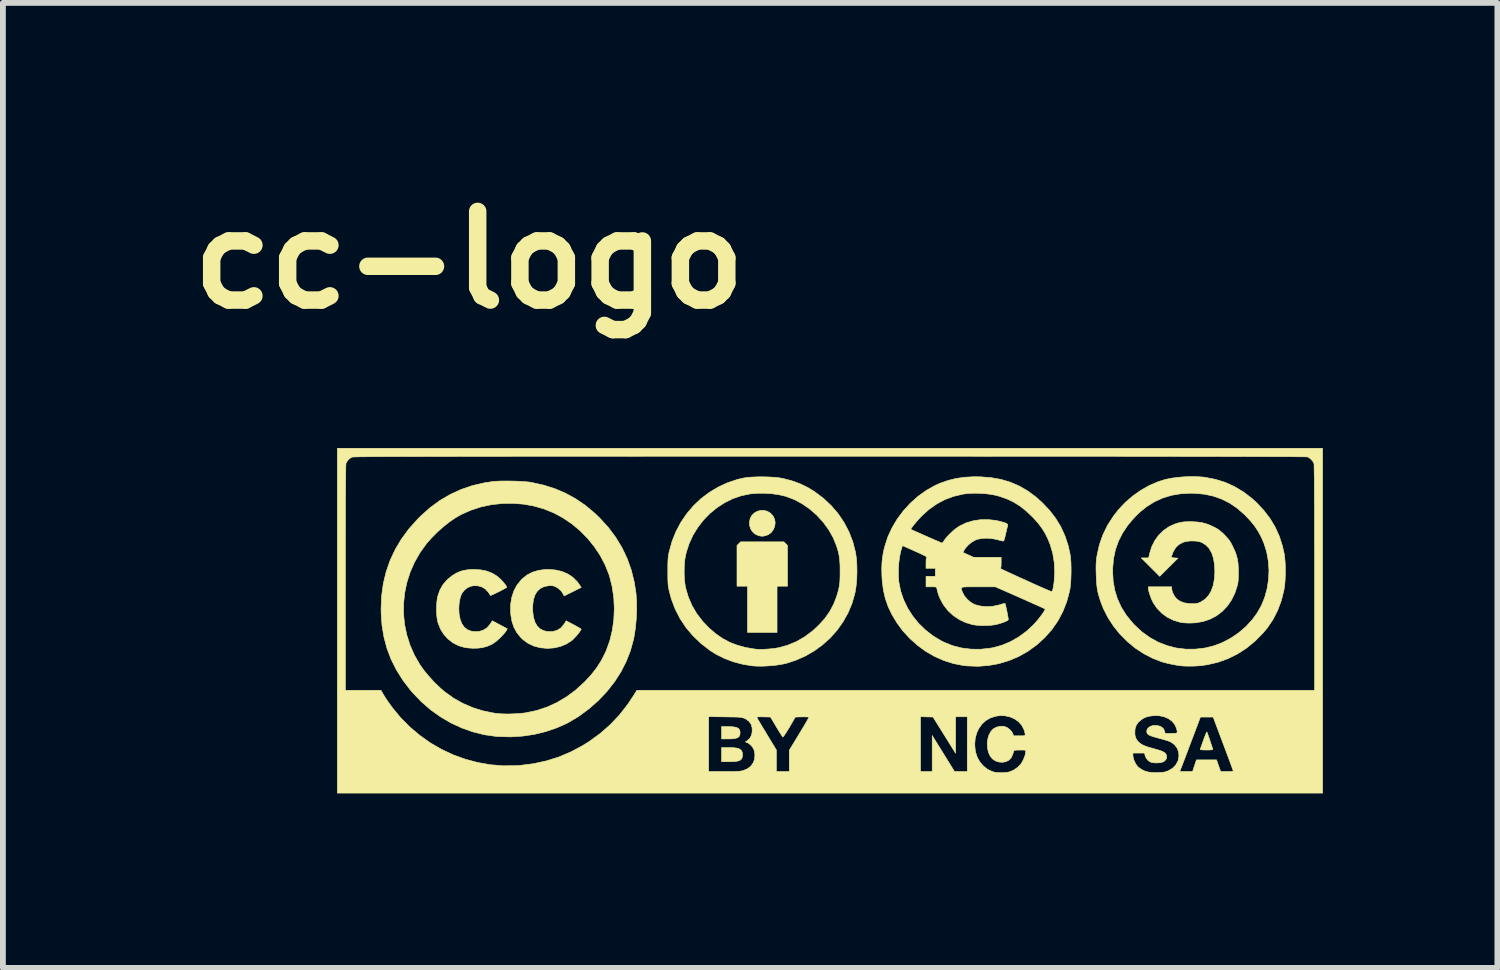
<source format=kicad_pcb>
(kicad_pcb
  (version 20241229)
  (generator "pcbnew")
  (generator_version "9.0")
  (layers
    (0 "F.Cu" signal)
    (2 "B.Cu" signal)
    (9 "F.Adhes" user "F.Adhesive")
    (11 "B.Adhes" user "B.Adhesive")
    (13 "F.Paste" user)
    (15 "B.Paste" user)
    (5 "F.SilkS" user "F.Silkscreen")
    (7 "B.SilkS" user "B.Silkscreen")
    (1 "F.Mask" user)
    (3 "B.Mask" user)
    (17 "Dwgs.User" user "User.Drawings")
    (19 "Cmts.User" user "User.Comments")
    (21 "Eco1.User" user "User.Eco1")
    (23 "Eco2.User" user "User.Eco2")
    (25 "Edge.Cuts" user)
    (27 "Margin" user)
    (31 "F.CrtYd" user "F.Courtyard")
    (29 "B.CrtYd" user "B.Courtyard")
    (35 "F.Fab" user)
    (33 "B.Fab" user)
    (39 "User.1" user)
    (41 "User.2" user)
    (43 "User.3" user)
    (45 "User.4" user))
  (footprint "cc-logo"
    (layer "F.Cu")
    (at 11.215 7.618)
    (property "Reference" "cc-logo" (at -6.2 -6.2 0) (layer "F.SilkS") (effects (font (size 1.524 1.524) (thickness 0.3))))
    (attr through_hole)
    (fp_poly (pts (xy -0.73 -1.293) (xy -0.73 -0.593) (xy -0.91 -0.593) (xy -0.91 0.201) (xy -1.418 0.201) (xy -1.418 -0.593) (xy -1.598 -0.593) (xy -1.598 -1.293) (xy -1.536 -1.355) (xy -0.792 -1.355) (xy -0.73 -1.293)) (stroke (width 0.01) (type solid)) (fill yes) (layer "F.SilkS"))
    (fp_poly (pts (xy -1.678 1.823) (xy -1.622 1.831) (xy -1.584 1.845) (xy -1.559 1.867) (xy -1.547 1.898) (xy -1.545 1.926) (xy -1.549 1.964) (xy -1.564 1.993) (xy -1.591 2.012) (xy -1.632 2.025) (xy -1.69 2.031) (xy -1.746 2.032) (xy -1.863 2.032) (xy -1.863 1.82) (xy -1.751 1.82) (xy -1.678 1.823)) (stroke (width 0.01) (type solid)) (fill yes) (layer "F.SilkS"))
    (fp_poly (pts (xy -1.733 2.18) (xy -1.655 2.183) (xy -1.595 2.191) (xy -1.552 2.206) (xy -1.524 2.229) (xy -1.508 2.26) (xy -1.503 2.302) (xy -1.503 2.304) (xy -1.507 2.345) (xy -1.519 2.375) (xy -1.543 2.397) (xy -1.581 2.412) (xy -1.634 2.42) (xy -1.705 2.423) (xy -1.729 2.424) (xy -1.863 2.424) (xy -1.863 2.18) (xy -1.733 2.18)) (stroke (width 0.01) (type solid)) (fill yes) (layer "F.SilkS"))
    (fp_poly (pts (xy -1.078 -1.881) (xy -1.026 -1.851) (xy -0.981 -1.804) (xy -0.977 -1.798) (xy -0.95 -1.74) (xy -0.942 -1.679) (xy -0.951 -1.619) (xy -0.975 -1.562) (xy -1.012 -1.514) (xy -1.062 -1.478) (xy -1.106 -1.462) (xy -1.146 -1.453) (xy -1.178 -1.452) (xy -1.214 -1.459) (xy -1.229 -1.462) (xy -1.285 -1.488) (xy -1.331 -1.529) (xy -1.365 -1.582) (xy -1.383 -1.644) (xy -1.384 -1.698) (xy -1.37 -1.761) (xy -1.34 -1.813) (xy -1.298 -1.853) (xy -1.248 -1.881) (xy -1.192 -1.895) (xy -1.134 -1.896) (xy -1.078 -1.881)) (stroke (width 0.01) (type solid)) (fill yes) (layer "F.SilkS"))
    (fp_poly (pts (xy 6.484 1.926) (xy 6.494 1.954) (xy 6.509 1.995) (xy 6.526 2.044) (xy 6.53 2.058) (xy 6.547 2.11) (xy 6.562 2.155) (xy 6.573 2.188) (xy 6.58 2.207) (xy 6.58 2.209) (xy 6.577 2.215) (xy 6.561 2.219) (xy 6.53 2.222) (xy 6.48 2.222) (xy 6.472 2.223) (xy 6.426 2.222) (xy 6.39 2.22) (xy 6.368 2.217) (xy 6.362 2.214) (xy 6.367 2.201) (xy 6.377 2.173) (xy 6.392 2.131) (xy 6.409 2.081) (xy 6.419 2.055) (xy 6.437 2.004) (xy 6.454 1.961) (xy 6.467 1.93) (xy 6.476 1.914) (xy 6.478 1.913) (xy 6.484 1.926)) (stroke (width 0.01) (type solid)) (fill yes) (layer "F.SilkS"))
    (fp_poly (pts (xy -4.722 -0.872) (xy -4.609 -0.847) (xy -4.508 -0.804) (xy -4.42 -0.746) (xy -4.345 -0.671) (xy -4.32 -0.637) (xy -4.275 -0.572) (xy -4.569 -0.425) (xy -4.581 -0.451) (xy -4.621 -0.513) (xy -4.676 -0.561) (xy -4.706 -0.578) (xy -4.741 -0.594) (xy -4.772 -0.601) (xy -4.808 -0.602) (xy -4.834 -0.601) (xy -4.913 -0.586) (xy -4.978 -0.555) (xy -5.031 -0.507) (xy -5.07 -0.443) (xy -5.096 -0.363) (xy -5.109 -0.267) (xy -5.109 -0.159) (xy -5.096 -0.059) (xy -5.071 0.024) (xy -5.033 0.091) (xy -4.983 0.14) (xy -4.92 0.172) (xy -4.846 0.188) (xy -4.764 0.186) (xy -4.691 0.166) (xy -4.629 0.128) (xy -4.578 0.071) (xy -4.569 0.058) (xy -4.534 0.002) (xy -4.405 0.07) (xy -4.358 0.096) (xy -4.319 0.118) (xy -4.291 0.135) (xy -4.277 0.145) (xy -4.276 0.146) (xy -4.283 0.162) (xy -4.301 0.189) (xy -4.327 0.223) (xy -4.358 0.26) (xy -4.39 0.295) (xy -4.419 0.324) (xy -4.437 0.34) (xy -4.528 0.399) (xy -4.631 0.442) (xy -4.742 0.468) (xy -4.859 0.476) (xy -4.979 0.465) (xy -4.979 0.465) (xy -5.089 0.436) (xy -5.189 0.389) (xy -5.279 0.323) (xy -5.323 0.279) (xy -5.386 0.199) (xy -5.433 0.111) (xy -5.466 0.012) (xy -5.485 -0.1) (xy -5.489 -0.142) (xy -5.489 -0.275) (xy -5.47 -0.397) (xy -5.434 -0.509) (xy -5.38 -0.611) (xy -5.307 -0.701) (xy -5.292 -0.717) (xy -5.209 -0.784) (xy -5.114 -0.833) (xy -5.009 -0.865) (xy -4.891 -0.88) (xy -4.847 -0.881) (xy -4.722 -0.872)) (stroke (width 0.01) (type solid)) (fill yes) (layer "F.SilkS"))
    (fp_poly (pts (xy -6.007 -0.874) (xy -5.9 -0.853) (xy -5.804 -0.816) (xy -5.719 -0.763) (xy -5.678 -0.728) (xy -5.644 -0.695) (xy -5.612 -0.659) (xy -5.584 -0.624) (xy -5.564 -0.595) (xy -5.556 -0.576) (xy -5.556 -0.575) (xy -5.565 -0.567) (xy -5.589 -0.553) (xy -5.624 -0.534) (xy -5.665 -0.512) (xy -5.709 -0.49) (xy -5.753 -0.469) (xy -5.79 -0.451) (xy -5.819 -0.439) (xy -5.833 -0.434) (xy -5.835 -0.434) (xy -5.842 -0.445) (xy -5.858 -0.468) (xy -5.872 -0.489) (xy -5.92 -0.542) (xy -5.98 -0.579) (xy -6.049 -0.599) (xy -6.124 -0.601) (xy -6.168 -0.593) (xy -6.228 -0.569) (xy -6.281 -0.528) (xy -6.323 -0.474) (xy -6.339 -0.444) (xy -6.36 -0.376) (xy -6.374 -0.296) (xy -6.379 -0.21) (xy -6.375 -0.125) (xy -6.374 -0.112) (xy -6.355 -0.019) (xy -6.325 0.056) (xy -6.284 0.114) (xy -6.231 0.155) (xy -6.166 0.18) (xy -6.112 0.188) (xy -6.031 0.185) (xy -5.959 0.163) (xy -5.896 0.123) (xy -5.844 0.064) (xy -5.84 0.058) (xy -5.803 0.002) (xy -5.674 0.071) (xy -5.546 0.139) (xy -5.564 0.173) (xy -5.579 0.194) (xy -5.605 0.225) (xy -5.639 0.262) (xy -5.667 0.292) (xy -5.741 0.358) (xy -5.814 0.407) (xy -5.894 0.441) (xy -5.966 0.461) (xy -6.049 0.472) (xy -6.141 0.474) (xy -6.233 0.467) (xy -6.281 0.46) (xy -6.385 0.429) (xy -6.481 0.38) (xy -6.565 0.314) (xy -6.637 0.235) (xy -6.694 0.144) (xy -6.735 0.042) (xy -6.747 -0.005) (xy -6.757 -0.075) (xy -6.762 -0.155) (xy -6.762 -0.24) (xy -6.757 -0.321) (xy -6.747 -0.393) (xy -6.742 -0.417) (xy -6.705 -0.525) (xy -6.652 -0.619) (xy -6.582 -0.701) (xy -6.495 -0.773) (xy -6.416 -0.821) (xy -6.335 -0.854) (xy -6.246 -0.873) (xy -6.145 -0.881) (xy -6.128 -0.881) (xy -6.007 -0.874)) (stroke (width 0.01) (type solid)) (fill yes) (layer "F.SilkS"))
    (fp_poly (pts (xy 6.234 -1.701) (xy 6.318 -1.696) (xy 6.389 -1.686) (xy 6.453 -1.67) (xy 6.518 -1.647) (xy 6.591 -1.613) (xy 6.592 -1.613) (xy 6.644 -1.586) (xy 6.686 -1.559) (xy 6.726 -1.526) (xy 6.772 -1.484) (xy 6.779 -1.476) (xy 6.822 -1.431) (xy 6.855 -1.392) (xy 6.883 -1.351) (xy 6.91 -1.301) (xy 6.921 -1.279) (xy 6.958 -1.199) (xy 6.985 -1.127) (xy 7.003 -1.058) (xy 7.014 -0.984) (xy 7.019 -0.9) (xy 7.02 -0.841) (xy 7.02 -0.764) (xy 7.017 -0.703) (xy 7.012 -0.654) (xy 7.003 -0.612) (xy 7.003 -0.61) (xy 6.96 -0.476) (xy 6.901 -0.355) (xy 6.827 -0.249) (xy 6.74 -0.158) (xy 6.641 -0.083) (xy 6.53 -0.025) (xy 6.409 0.015) (xy 6.278 0.037) (xy 6.177 0.041) (xy 6.124 0.039) (xy 6.07 0.035) (xy 6.025 0.029) (xy 6.017 0.027) (xy 5.902 -0.008) (xy 5.797 -0.06) (xy 5.704 -0.128) (xy 5.624 -0.209) (xy 5.56 -0.303) (xy 5.552 -0.317) (xy 5.529 -0.365) (xy 5.508 -0.419) (xy 5.49 -0.472) (xy 5.477 -0.519) (xy 5.472 -0.553) (xy 5.472 -0.557) (xy 5.472 -0.582) (xy 5.874 -0.582) (xy 5.874 -0.548) (xy 5.882 -0.503) (xy 5.903 -0.454) (xy 5.933 -0.405) (xy 5.967 -0.368) (xy 6.023 -0.331) (xy 6.092 -0.306) (xy 6.178 -0.294) (xy 6.224 -0.292) (xy 6.273 -0.293) (xy 6.309 -0.297) (xy 6.339 -0.306) (xy 6.373 -0.321) (xy 6.446 -0.368) (xy 6.505 -0.431) (xy 6.553 -0.511) (xy 6.587 -0.606) (xy 6.607 -0.716) (xy 6.615 -0.841) (xy 6.615 -0.844) (xy 6.609 -0.968) (xy 6.59 -1.076) (xy 6.56 -1.167) (xy 6.517 -1.242) (xy 6.461 -1.3) (xy 6.392 -1.344) (xy 6.387 -1.346) (xy 6.336 -1.362) (xy 6.272 -1.37) (xy 6.202 -1.371) (xy 6.134 -1.364) (xy 6.075 -1.35) (xy 6.064 -1.346) (xy 5.996 -1.308) (xy 5.941 -1.255) (xy 5.9 -1.186) (xy 5.888 -1.157) (xy 5.864 -1.085) (xy 5.922 -1.079) (xy 5.98 -1.074) (xy 5.667 -0.762) (xy 5.509 -0.921) (xy 5.35 -1.079) (xy 5.477 -1.079) (xy 5.496 -1.161) (xy 5.531 -1.273) (xy 5.583 -1.377) (xy 5.65 -1.47) (xy 5.731 -1.549) (xy 5.822 -1.612) (xy 5.853 -1.628) (xy 5.929 -1.662) (xy 6.003 -1.685) (xy 6.081 -1.698) (xy 6.168 -1.702) (xy 6.234 -1.701)) (stroke (width 0.01) (type solid)) (fill yes) (layer "F.SilkS"))
    (fp_poly (pts (xy 6.325 -2.475) (xy 6.428 -2.467) (xy 6.442 -2.465) (xy 6.622 -2.43) (xy 6.794 -2.377) (xy 6.956 -2.303) (xy 7.109 -2.211) (xy 7.254 -2.1) (xy 7.328 -2.033) (xy 7.455 -1.898) (xy 7.562 -1.758) (xy 7.65 -1.612) (xy 7.721 -1.457) (xy 7.775 -1.291) (xy 7.807 -1.151) (xy 7.817 -1.076) (xy 7.824 -0.987) (xy 7.827 -0.889) (xy 7.826 -0.787) (xy 7.822 -0.689) (xy 7.814 -0.599) (xy 7.802 -0.524) (xy 7.802 -0.524) (xy 7.757 -0.344) (xy 7.694 -0.176) (xy 7.614 -0.02) (xy 7.517 0.124) (xy 7.443 0.212) (xy 7.306 0.351) (xy 7.16 0.471) (xy 7.005 0.571) (xy 6.841 0.652) (xy 6.67 0.714) (xy 6.491 0.756) (xy 6.38 0.772) (xy 6.309 0.778) (xy 6.229 0.781) (xy 6.149 0.781) (xy 6.077 0.779) (xy 6.043 0.776) (xy 5.966 0.766) (xy 5.88 0.75) (xy 5.793 0.731) (xy 5.716 0.71) (xy 5.704 0.707) (xy 5.544 0.645) (xy 5.39 0.565) (xy 5.243 0.468) (xy 5.107 0.355) (xy 4.982 0.229) (xy 4.872 0.092) (xy 4.776 -0.056) (xy 4.698 -0.211) (xy 4.651 -0.332) (xy 4.628 -0.407) (xy 4.609 -0.473) (xy 4.596 -0.535) (xy 4.587 -0.6) (xy 4.581 -0.672) (xy 4.577 -0.757) (xy 4.575 -0.799) (xy 4.574 -0.851) (xy 4.858 -0.851) (xy 4.867 -0.682) (xy 4.895 -0.523) (xy 4.942 -0.373) (xy 5.008 -0.229) (xy 5.094 -0.093) (xy 5.201 0.038) (xy 5.232 0.072) (xy 5.359 0.19) (xy 5.495 0.288) (xy 5.639 0.368) (xy 5.791 0.428) (xy 5.949 0.469) (xy 6.112 0.489) (xy 6.279 0.489) (xy 6.444 0.47) (xy 6.598 0.432) (xy 6.748 0.375) (xy 6.891 0.299) (xy 7.026 0.207) (xy 7.15 0.101) (xy 7.26 -0.02) (xy 7.339 -0.127) (xy 7.415 -0.26) (xy 7.473 -0.403) (xy 7.514 -0.554) (xy 7.538 -0.709) (xy 7.545 -0.868) (xy 7.534 -1.026) (xy 7.506 -1.181) (xy 7.459 -1.331) (xy 7.414 -1.435) (xy 7.36 -1.535) (xy 7.299 -1.627) (xy 7.227 -1.716) (xy 7.14 -1.808) (xy 7.125 -1.823) (xy 7 -1.932) (xy 6.87 -2.021) (xy 6.733 -2.09) (xy 6.589 -2.141) (xy 6.435 -2.174) (xy 6.27 -2.189) (xy 6.202 -2.191) (xy 6.031 -2.182) (xy 5.87 -2.155) (xy 5.719 -2.109) (xy 5.577 -2.044) (xy 5.442 -1.96) (xy 5.315 -1.857) (xy 5.233 -1.775) (xy 5.121 -1.644) (xy 5.03 -1.508) (xy 4.958 -1.367) (xy 4.906 -1.219) (xy 4.873 -1.064) (xy 4.859 -0.9) (xy 4.858 -0.851) (xy 4.574 -0.851) (xy 4.573 -0.876) (xy 4.573 -0.937) (xy 4.575 -0.987) (xy 4.578 -1.032) (xy 4.583 -1.078) (xy 4.592 -1.129) (xy 4.592 -1.131) (xy 4.632 -1.309) (xy 4.692 -1.478) (xy 4.771 -1.64) (xy 4.87 -1.794) (xy 4.948 -1.895) (xy 5.068 -2.025) (xy 5.2 -2.14) (xy 5.342 -2.241) (xy 5.491 -2.325) (xy 5.645 -2.391) (xy 5.765 -2.428) (xy 5.862 -2.448) (xy 5.972 -2.463) (xy 6.091 -2.473) (xy 6.211 -2.477) (xy 6.325 -2.475)) (stroke (width 0.01) (type solid)) (fill yes) (layer "F.SilkS"))
    (fp_poly (pts (xy -5.481 -2.4) (xy -5.391 -2.398) (xy -5.305 -2.394) (xy -5.227 -2.388) (xy -5.162 -2.382) (xy -5.128 -2.376) (xy -4.918 -2.329) (xy -4.723 -2.267) (xy -4.54 -2.188) (xy -4.367 -2.093) (xy -4.202 -1.98) (xy -4.044 -1.848) (xy -3.959 -1.766) (xy -3.812 -1.606) (xy -3.684 -1.435) (xy -3.575 -1.256) (xy -3.485 -1.067) (xy -3.415 -0.87) (xy -3.364 -0.665) (xy -3.334 -0.474) (xy -3.324 -0.332) (xy -3.323 -0.178) (xy -3.33 -0.02) (xy -3.345 0.134) (xy -3.368 0.279) (xy -3.376 0.32) (xy -3.429 0.513) (xy -3.502 0.7) (xy -3.593 0.88) (xy -3.704 1.052) (xy -3.832 1.215) (xy -3.977 1.368) (xy -4.138 1.511) (xy -4.315 1.642) (xy -4.345 1.661) (xy -4.512 1.759) (xy -4.692 1.84) (xy -4.882 1.905) (xy -5.081 1.954) (xy -5.285 1.984) (xy -5.492 1.997) (xy -5.701 1.991) (xy -5.736 1.989) (xy -5.937 1.961) (xy -6.134 1.912) (xy -6.327 1.844) (xy -6.514 1.758) (xy -6.693 1.653) (xy -6.863 1.532) (xy -7.022 1.394) (xy -7.169 1.241) (xy -7.209 1.195) (xy -7.341 1.022) (xy -7.452 0.845) (xy -7.543 0.664) (xy -7.614 0.476) (xy -7.666 0.281) (xy -7.7 0.077) (xy -7.713 -0.115) (xy -7.329 -0.115) (xy -7.311 0.067) (xy -7.273 0.247) (xy -7.217 0.423) (xy -7.142 0.593) (xy -7.051 0.751) (xy -6.979 0.853) (xy -6.892 0.958) (xy -6.797 1.062) (xy -6.697 1.158) (xy -6.62 1.224) (xy -6.472 1.33) (xy -6.312 1.42) (xy -6.141 1.494) (xy -5.962 1.55) (xy -5.776 1.588) (xy -5.696 1.598) (xy -5.623 1.602) (xy -5.536 1.604) (xy -5.443 1.601) (xy -5.349 1.596) (xy -5.264 1.588) (xy -5.228 1.583) (xy -5.042 1.544) (xy -4.864 1.485) (xy -4.693 1.407) (xy -4.528 1.309) (xy -4.37 1.192) (xy -4.22 1.055) (xy -4.106 0.933) (xy -4.01 0.81) (xy -3.928 0.682) (xy -3.859 0.545) (xy -3.845 0.513) (xy -3.784 0.344) (xy -3.741 0.165) (xy -3.715 -0.02) (xy -3.707 -0.208) (xy -3.716 -0.396) (xy -3.743 -0.582) (xy -3.788 -0.762) (xy -3.799 -0.796) (xy -3.865 -0.961) (xy -3.949 -1.121) (xy -4.051 -1.274) (xy -4.168 -1.417) (xy -4.298 -1.549) (xy -4.44 -1.667) (xy -4.593 -1.77) (xy -4.745 -1.852) (xy -4.913 -1.92) (xy -5.089 -1.971) (xy -5.269 -2.003) (xy -5.453 -2.017) (xy -5.636 -2.014) (xy -5.819 -1.994) (xy -5.997 -1.956) (xy -6.168 -1.901) (xy -6.331 -1.829) (xy -6.435 -1.77) (xy -6.535 -1.702) (xy -6.639 -1.62) (xy -6.743 -1.528) (xy -6.841 -1.43) (xy -6.928 -1.333) (xy -6.936 -1.323) (xy -7.047 -1.169) (xy -7.14 -1.006) (xy -7.215 -0.836) (xy -7.271 -0.661) (xy -7.309 -0.481) (xy -7.328 -0.299) (xy -7.329 -0.115) (xy -7.713 -0.115) (xy -7.714 -0.136) (xy -7.715 -0.206) (xy -7.706 -0.426) (xy -7.677 -0.637) (xy -7.628 -0.841) (xy -7.56 -1.036) (xy -7.472 -1.224) (xy -7.365 -1.404) (xy -7.238 -1.576) (xy -7.09 -1.742) (xy -7.037 -1.796) (xy -6.876 -1.94) (xy -6.707 -2.064) (xy -6.53 -2.168) (xy -6.344 -2.254) (xy -6.149 -2.321) (xy -5.943 -2.369) (xy -5.786 -2.393) (xy -5.728 -2.397) (xy -5.654 -2.4) (xy -5.571 -2.401) (xy -5.481 -2.4)) (stroke (width 0.01) (type solid)) (fill yes) (layer "F.SilkS"))
    (fp_poly (pts (xy -1.055 -2.47) (xy -0.963 -2.465) (xy -0.882 -2.457) (xy -0.816 -2.446) (xy -0.815 -2.446) (xy -0.659 -2.406) (xy -0.518 -2.355) (xy -0.385 -2.291) (xy -0.265 -2.218) (xy -0.114 -2.104) (xy 0.022 -1.977) (xy 0.141 -1.838) (xy 0.242 -1.688) (xy 0.326 -1.528) (xy 0.392 -1.358) (xy 0.438 -1.18) (xy 0.439 -1.175) (xy 0.454 -1.074) (xy 0.462 -0.959) (xy 0.464 -0.836) (xy 0.46 -0.712) (xy 0.449 -0.594) (xy 0.432 -0.487) (xy 0.427 -0.466) (xy 0.379 -0.297) (xy 0.311 -0.135) (xy 0.226 0.017) (xy 0.125 0.16) (xy 0.008 0.292) (xy -0.123 0.411) (xy -0.266 0.516) (xy -0.421 0.606) (xy -0.586 0.679) (xy -0.741 0.73) (xy -0.831 0.75) (xy -0.935 0.766) (xy -1.046 0.776) (xy -1.157 0.782) (xy -1.261 0.781) (xy -1.333 0.776) (xy -1.499 0.749) (xy -1.662 0.706) (xy -1.818 0.647) (xy -1.963 0.574) (xy -2.059 0.513) (xy -2.215 0.393) (xy -2.353 0.261) (xy -2.474 0.118) (xy -2.576 -0.035) (xy -2.66 -0.199) (xy -2.726 -0.372) (xy -2.764 -0.516) (xy -2.772 -0.555) (xy -2.778 -0.592) (xy -2.783 -0.633) (xy -2.785 -0.68) (xy -2.787 -0.738) (xy -2.787 -0.811) (xy -2.787 -0.814) (xy -2.506 -0.814) (xy -2.502 -0.724) (xy -2.494 -0.641) (xy -2.483 -0.573) (xy -2.437 -0.413) (xy -2.372 -0.261) (xy -2.288 -0.118) (xy -2.184 0.016) (xy -2.077 0.127) (xy -1.963 0.225) (xy -1.847 0.305) (xy -1.725 0.371) (xy -1.595 0.421) (xy -1.452 0.46) (xy -1.295 0.487) (xy -1.259 0.491) (xy -1.214 0.493) (xy -1.154 0.493) (xy -1.085 0.489) (xy -1.013 0.483) (xy -0.945 0.475) (xy -0.886 0.465) (xy -0.884 0.465) (xy -0.728 0.422) (xy -0.578 0.36) (xy -0.434 0.277) (xy -0.298 0.175) (xy -0.19 0.075) (xy -0.086 -0.041) (xy -0.002 -0.161) (xy 0.065 -0.287) (xy 0.115 -0.418) (xy 0.136 -0.488) (xy 0.152 -0.55) (xy 0.163 -0.61) (xy 0.17 -0.673) (xy 0.173 -0.746) (xy 0.174 -0.832) (xy 0.174 -0.852) (xy 0.173 -0.949) (xy 0.168 -1.031) (xy 0.16 -1.102) (xy 0.147 -1.17) (xy 0.128 -1.238) (xy 0.111 -1.291) (xy 0.053 -1.432) (xy -0.024 -1.567) (xy -0.117 -1.694) (xy -0.224 -1.811) (xy -0.342 -1.915) (xy -0.471 -2.005) (xy -0.606 -2.079) (xy -0.747 -2.133) (xy -0.773 -2.141) (xy -0.878 -2.165) (xy -0.996 -2.182) (xy -1.12 -2.19) (xy -1.243 -2.19) (xy -1.357 -2.181) (xy -1.371 -2.179) (xy -1.524 -2.148) (xy -1.671 -2.097) (xy -1.811 -2.028) (xy -1.942 -1.943) (xy -2.064 -1.843) (xy -2.174 -1.73) (xy -2.271 -1.605) (xy -2.354 -1.47) (xy -2.42 -1.326) (xy -2.47 -1.174) (xy -2.493 -1.063) (xy -2.501 -0.991) (xy -2.505 -0.906) (xy -2.506 -0.814) (xy -2.787 -0.814) (xy -2.787 -0.847) (xy -2.787 -0.927) (xy -2.786 -0.991) (xy -2.784 -1.042) (xy -2.781 -1.084) (xy -2.776 -1.123) (xy -2.769 -1.162) (xy -2.764 -1.182) (xy -2.715 -1.361) (xy -2.648 -1.53) (xy -2.563 -1.69) (xy -2.462 -1.838) (xy -2.347 -1.974) (xy -2.217 -2.097) (xy -2.075 -2.204) (xy -1.922 -2.296) (xy -1.758 -2.372) (xy -1.586 -2.429) (xy -1.487 -2.452) (xy -1.421 -2.462) (xy -1.341 -2.468) (xy -1.249 -2.472) (xy -1.152 -2.473) (xy -1.055 -2.47)) (stroke (width 0.01) (type solid)) (fill yes) (layer "F.SilkS"))
    (fp_poly (pts (xy 2.582 -2.473) (xy 2.768 -2.459) (xy 2.941 -2.428) (xy 3.104 -2.379) (xy 3.258 -2.312) (xy 3.405 -2.226) (xy 3.546 -2.121) (xy 3.65 -2.027) (xy 3.775 -1.895) (xy 3.88 -1.758) (xy 3.967 -1.615) (xy 4.037 -1.462) (xy 4.092 -1.298) (xy 4.124 -1.159) (xy 4.134 -1.092) (xy 4.141 -1.009) (xy 4.144 -0.917) (xy 4.144 -0.819) (xy 4.141 -0.722) (xy 4.135 -0.632) (xy 4.126 -0.553) (xy 4.118 -0.508) (xy 4.069 -0.326) (xy 4.002 -0.156) (xy 3.917 0.004) (xy 3.814 0.152) (xy 3.693 0.289) (xy 3.556 0.414) (xy 3.403 0.525) (xy 3.246 0.614) (xy 3.08 0.684) (xy 2.907 0.737) (xy 2.728 0.77) (xy 2.545 0.784) (xy 2.36 0.777) (xy 2.298 0.771) (xy 2.129 0.739) (xy 1.963 0.687) (xy 1.803 0.617) (xy 1.649 0.529) (xy 1.505 0.424) (xy 1.371 0.304) (xy 1.249 0.171) (xy 1.151 0.037) (xy 1.067 -0.102) (xy 1.001 -0.239) (xy 0.952 -0.379) (xy 0.918 -0.526) (xy 0.898 -0.684) (xy 0.892 -0.785) (xy 0.892 -0.796) (xy 1.175 -0.796) (xy 1.18 -0.701) (xy 1.184 -0.664) (xy 1.215 -0.509) (xy 1.266 -0.359) (xy 1.335 -0.216) (xy 1.421 -0.081) (xy 1.523 0.045) (xy 1.64 0.159) (xy 1.769 0.26) (xy 1.91 0.345) (xy 1.961 0.371) (xy 2.107 0.429) (xy 2.262 0.469) (xy 2.422 0.489) (xy 2.586 0.491) (xy 2.75 0.473) (xy 2.799 0.465) (xy 2.955 0.422) (xy 3.104 0.36) (xy 3.247 0.278) (xy 3.383 0.177) (xy 3.493 0.075) (xy 3.53 0.035) (xy 3.568 -0.009) (xy 3.605 -0.055) (xy 3.639 -0.1) (xy 3.667 -0.14) (xy 3.687 -0.172) (xy 3.697 -0.194) (xy 3.696 -0.202) (xy 3.685 -0.208) (xy 3.657 -0.221) (xy 3.613 -0.241) (xy 3.556 -0.267) (xy 3.487 -0.297) (xy 3.41 -0.332) (xy 3.325 -0.37) (xy 3.266 -0.396) (xy 2.844 -0.582) (xy 2.549 -0.582) (xy 2.46 -0.582) (xy 2.39 -0.582) (xy 2.337 -0.581) (xy 2.299 -0.579) (xy 2.275 -0.574) (xy 2.261 -0.566) (xy 2.256 -0.555) (xy 2.259 -0.539) (xy 2.266 -0.518) (xy 2.276 -0.492) (xy 2.277 -0.49) (xy 2.309 -0.429) (xy 2.356 -0.371) (xy 2.413 -0.321) (xy 2.474 -0.284) (xy 2.492 -0.276) (xy 2.588 -0.251) (xy 2.693 -0.241) (xy 2.801 -0.248) (xy 2.909 -0.271) (xy 2.935 -0.28) (xy 2.979 -0.292) (xy 3.004 -0.296) (xy 3.011 -0.292) (xy 3.018 -0.266) (xy 3.027 -0.228) (xy 3.037 -0.182) (xy 3.046 -0.135) (xy 3.055 -0.089) (xy 3.061 -0.051) (xy 3.065 -0.025) (xy 3.065 -0.016) (xy 3.052 -0.004) (xy 3.023 0.011) (xy 2.981 0.028) (xy 2.933 0.044) (xy 2.882 0.059) (xy 2.844 0.068) (xy 2.775 0.078) (xy 2.695 0.083) (xy 2.61 0.084) (xy 2.53 0.079) (xy 2.461 0.07) (xy 2.455 0.069) (xy 2.334 0.033) (xy 2.22 -0.021) (xy 2.117 -0.09) (xy 2.027 -0.174) (xy 1.952 -0.271) (xy 1.905 -0.355) (xy 1.882 -0.403) (xy 1.866 -0.445) (xy 1.853 -0.488) (xy 1.84 -0.541) (xy 1.837 -0.553) (xy 1.833 -0.567) (xy 1.826 -0.576) (xy 1.812 -0.58) (xy 1.785 -0.582) (xy 1.742 -0.582) (xy 1.651 -0.582) (xy 1.651 -0.762) (xy 1.81 -0.762) (xy 1.81 -0.9) (xy 1.651 -0.9) (xy 1.651 -0.994) (xy 1.652 -1.04) (xy 1.654 -1.069) (xy 1.659 -1.085) (xy 1.666 -1.092) (xy 1.668 -1.092) (xy 1.664 -1.097) (xy 1.642 -1.109) (xy 1.607 -1.127) (xy 1.559 -1.15) (xy 1.502 -1.177) (xy 1.466 -1.192) (xy 1.248 -1.29) (xy 1.237 -1.261) (xy 1.215 -1.188) (xy 1.197 -1.099) (xy 1.184 -1.001) (xy 1.177 -0.898) (xy 1.175 -0.796) (xy 0.892 -0.796) (xy 0.89 -0.9) (xy 0.894 -1.001) (xy 0.904 -1.095) (xy 0.92 -1.188) (xy 0.942 -1.277) (xy 0.995 -1.441) (xy 1.055 -1.571) (xy 1.389 -1.571) (xy 1.399 -1.566) (xy 1.426 -1.553) (xy 1.466 -1.535) (xy 1.517 -1.513) (xy 1.574 -1.487) (xy 1.636 -1.46) (xy 1.699 -1.432) (xy 1.759 -1.406) (xy 1.815 -1.381) (xy 1.863 -1.361) (xy 1.899 -1.345) (xy 1.922 -1.336) (xy 1.928 -1.333) (xy 1.937 -1.342) (xy 1.953 -1.363) (xy 1.967 -1.385) (xy 2.003 -1.432) (xy 2.052 -1.485) (xy 2.109 -1.538) (xy 2.167 -1.586) (xy 2.222 -1.624) (xy 2.228 -1.627) (xy 2.337 -1.68) (xy 2.458 -1.716) (xy 2.585 -1.736) (xy 2.718 -1.738) (xy 2.851 -1.723) (xy 2.918 -1.708) (xy 2.977 -1.692) (xy 3.018 -1.679) (xy 3.043 -1.665) (xy 3.054 -1.652) (xy 3.055 -1.637) (xy 3.05 -1.618) (xy 3.041 -1.583) (xy 3.031 -1.538) (xy 3.019 -1.489) (xy 3.007 -1.436) (xy 2.997 -1.401) (xy 2.989 -1.38) (xy 2.982 -1.37) (xy 2.973 -1.368) (xy 2.969 -1.369) (xy 2.949 -1.374) (xy 2.915 -1.382) (xy 2.873 -1.393) (xy 2.859 -1.397) (xy 2.773 -1.413) (xy 2.686 -1.418) (xy 2.603 -1.413) (xy 2.529 -1.397) (xy 2.495 -1.384) (xy 2.437 -1.35) (xy 2.38 -1.304) (xy 2.333 -1.253) (xy 2.309 -1.218) (xy 2.284 -1.174) (xy 2.376 -1.132) (xy 2.468 -1.09) (xy 2.705 -1.09) (xy 2.942 -1.09) (xy 2.942 -0.996) (xy 2.941 -0.942) (xy 2.936 -0.909) (xy 2.93 -0.897) (xy 2.937 -0.892) (xy 2.962 -0.88) (xy 3.001 -0.861) (xy 3.052 -0.837) (xy 3.114 -0.809) (xy 3.184 -0.777) (xy 3.259 -0.742) (xy 3.338 -0.707) (xy 3.417 -0.671) (xy 3.495 -0.635) (xy 3.57 -0.602) (xy 3.638 -0.572) (xy 3.699 -0.545) (xy 3.749 -0.524) (xy 3.786 -0.508) (xy 3.808 -0.499) (xy 3.812 -0.498) (xy 3.819 -0.507) (xy 3.828 -0.529) (xy 3.83 -0.537) (xy 3.837 -0.567) (xy 3.844 -0.609) (xy 3.851 -0.656) (xy 3.852 -0.666) (xy 3.863 -0.833) (xy 3.855 -0.997) (xy 3.829 -1.157) (xy 3.785 -1.309) (xy 3.741 -1.416) (xy 3.693 -1.51) (xy 3.64 -1.594) (xy 3.58 -1.674) (xy 3.506 -1.757) (xy 3.489 -1.775) (xy 3.38 -1.879) (xy 3.272 -1.966) (xy 3.161 -2.036) (xy 3.042 -2.093) (xy 2.912 -2.138) (xy 2.855 -2.154) (xy 2.775 -2.17) (xy 2.681 -2.182) (xy 2.58 -2.189) (xy 2.477 -2.191) (xy 2.381 -2.187) (xy 2.297 -2.177) (xy 2.29 -2.176) (xy 2.128 -2.138) (xy 1.976 -2.082) (xy 1.835 -2.007) (xy 1.702 -1.913) (xy 1.587 -1.81) (xy 1.553 -1.775) (xy 1.516 -1.735) (xy 1.48 -1.693) (xy 1.447 -1.653) (xy 1.419 -1.618) (xy 1.399 -1.591) (xy 1.389 -1.574) (xy 1.389 -1.571) (xy 1.055 -1.571) (xy 1.068 -1.598) (xy 1.157 -1.749) (xy 1.263 -1.89) (xy 1.382 -2.02) (xy 1.513 -2.137) (xy 1.654 -2.238) (xy 1.804 -2.323) (xy 1.889 -2.361) (xy 2.025 -2.409) (xy 2.164 -2.444) (xy 2.308 -2.465) (xy 2.463 -2.474) (xy 2.582 -2.473)) (stroke (width 0.01) (type solid)) (fill yes) (layer "F.SilkS"))
    (fp_poly (pts (xy 8.467 2.963) (xy -8.467 2.963) (xy -8.467 2.593) (xy -2.085 2.593) (xy -1.817 2.593) (xy -1.728 2.593) (xy -1.658 2.592) (xy -1.604 2.59) (xy -1.561 2.588) (xy -1.529 2.584) (xy -1.504 2.579) (xy -1.492 2.576) (xy -1.418 2.545) (xy -1.36 2.5) (xy -1.319 2.443) (xy -1.295 2.377) (xy -1.29 2.303) (xy -1.302 2.23) (xy -1.323 2.185) (xy -1.357 2.142) (xy -1.398 2.108) (xy -1.417 2.098) (xy -1.454 2.083) (xy -1.42 2.062) (xy -1.378 2.023) (xy -1.35 1.97) (xy -1.337 1.913) (xy -1.338 1.84) (xy -1.356 1.779) (xy -1.392 1.729) (xy -1.446 1.69) (xy -1.463 1.682) (xy -1.481 1.674) (xy -1.498 1.668) (xy -1.518 1.664) (xy -1.543 1.66) (xy -1.257 1.66) (xy -1.257 1.664) (xy -1.25 1.677) (xy -1.234 1.705) (xy -1.209 1.746) (xy -1.178 1.799) (xy -1.141 1.86) (xy -1.1 1.927) (xy -1.086 1.951) (xy -0.921 2.223) (xy -0.921 2.593) (xy -0.699 2.593) (xy 1.556 2.593) (xy 1.757 2.593) (xy 1.757 1.974) (xy 1.949 2.283) (xy 2.141 2.593) (xy 2.36 2.593) (xy 2.36 2.127) (xy 2.488 2.127) (xy 2.497 2.231) (xy 2.504 2.264) (xy 2.533 2.352) (xy 2.579 2.432) (xy 2.639 2.5) (xy 2.709 2.555) (xy 2.788 2.592) (xy 2.823 2.603) (xy 2.871 2.61) (xy 2.93 2.613) (xy 2.992 2.611) (xy 3.048 2.606) (xy 3.087 2.598) (xy 3.161 2.566) (xy 3.229 2.518) (xy 3.282 2.462) (xy 3.308 2.421) (xy 3.331 2.372) (xy 3.351 2.32) (xy 3.362 2.275) (xy 5.207 2.275) (xy 5.207 2.321) (xy 5.214 2.366) (xy 5.233 2.418) (xy 5.259 2.467) (xy 5.29 2.508) (xy 5.305 2.522) (xy 5.359 2.559) (xy 5.413 2.585) (xy 5.47 2.601) (xy 5.537 2.609) (xy 5.618 2.611) (xy 5.63 2.61) (xy 5.686 2.608) (xy 5.727 2.605) (xy 5.759 2.599) (xy 5.78 2.593) (xy 6.012 2.593) (xy 6.232 2.593) (xy 6.265 2.492) (xy 6.299 2.392) (xy 6.644 2.392) (xy 6.679 2.492) (xy 6.715 2.593) (xy 6.823 2.593) (xy 6.868 2.592) (xy 6.904 2.59) (xy 6.927 2.587) (xy 6.932 2.585) (xy 6.928 2.574) (xy 6.918 2.545) (xy 6.902 2.5) (xy 6.88 2.441) (xy 6.854 2.371) (xy 6.824 2.29) (xy 6.791 2.202) (xy 6.759 2.117) (xy 6.586 1.656) (xy 6.367 1.656) (xy 6.213 2.064) (xy 6.179 2.154) (xy 6.146 2.241) (xy 6.116 2.321) (xy 6.089 2.392) (xy 6.066 2.452) (xy 6.049 2.497) (xy 6.038 2.526) (xy 6.035 2.532) (xy 6.012 2.593) (xy 5.78 2.593) (xy 5.789 2.59) (xy 5.818 2.578) (xy 5.889 2.536) (xy 5.942 2.482) (xy 5.978 2.418) (xy 5.986 2.396) (xy 5.998 2.322) (xy 5.991 2.252) (xy 5.966 2.188) (xy 5.924 2.134) (xy 5.892 2.108) (xy 5.872 2.095) (xy 5.854 2.084) (xy 5.835 2.075) (xy 5.812 2.066) (xy 5.78 2.056) (xy 5.736 2.043) (xy 5.677 2.027) (xy 5.652 2.02) (xy 5.583 2.001) (xy 5.532 1.985) (xy 5.496 1.971) (xy 5.472 1.958) (xy 5.457 1.945) (xy 5.449 1.929) (xy 5.446 1.921) (xy 5.446 1.883) (xy 5.464 1.849) (xy 5.497 1.822) (xy 5.54 1.804) (xy 5.583 1.799) (xy 5.648 1.806) (xy 5.699 1.827) (xy 5.735 1.861) (xy 5.754 1.907) (xy 5.754 1.907) (xy 5.76 1.937) (xy 5.864 1.937) (xy 5.915 1.936) (xy 5.948 1.934) (xy 5.965 1.925) (xy 5.969 1.908) (xy 5.963 1.88) (xy 5.953 1.843) (xy 5.923 1.779) (xy 5.876 1.725) (xy 5.816 1.682) (xy 5.743 1.651) (xy 5.661 1.634) (xy 5.571 1.632) (xy 5.558 1.633) (xy 5.493 1.641) (xy 5.441 1.654) (xy 5.396 1.673) (xy 5.359 1.696) (xy 5.303 1.742) (xy 5.266 1.793) (xy 5.245 1.853) (xy 5.241 1.894) (xy 5.241 1.958) (xy 5.252 2.008) (xy 5.275 2.051) (xy 5.298 2.079) (xy 5.327 2.105) (xy 5.359 2.127) (xy 5.399 2.147) (xy 5.449 2.166) (xy 5.516 2.186) (xy 5.549 2.195) (xy 5.602 2.21) (xy 5.652 2.225) (xy 5.692 2.238) (xy 5.716 2.247) (xy 5.758 2.273) (xy 5.782 2.306) (xy 5.788 2.344) (xy 5.778 2.38) (xy 5.75 2.412) (xy 5.719 2.43) (xy 5.684 2.439) (xy 5.636 2.444) (xy 5.585 2.444) (xy 5.541 2.439) (xy 5.517 2.433) (xy 5.471 2.406) (xy 5.435 2.363) (xy 5.417 2.321) (xy 5.406 2.275) (xy 5.207 2.275) (xy 3.362 2.275) (xy 3.363 2.274) (xy 3.365 2.249) (xy 3.365 2.237) (xy 3.36 2.229) (xy 3.347 2.225) (xy 3.322 2.223) (xy 3.282 2.223) (xy 3.265 2.223) (xy 3.212 2.224) (xy 3.179 2.227) (xy 3.163 2.232) (xy 3.16 2.236) (xy 3.142 2.294) (xy 3.121 2.342) (xy 3.109 2.363) (xy 3.071 2.4) (xy 3.021 2.424) (xy 2.964 2.434) (xy 2.904 2.429) (xy 2.847 2.411) (xy 2.797 2.378) (xy 2.79 2.373) (xy 2.75 2.321) (xy 2.722 2.257) (xy 2.707 2.185) (xy 2.703 2.109) (xy 2.712 2.035) (xy 2.732 1.965) (xy 2.765 1.905) (xy 2.805 1.861) (xy 2.856 1.832) (xy 2.916 1.816) (xy 2.976 1.814) (xy 3.004 1.82) (xy 3.049 1.839) (xy 3.091 1.871) (xy 3.126 1.909) (xy 3.143 1.943) (xy 3.155 1.979) (xy 3.255 1.979) (xy 3.302 1.979) (xy 3.331 1.978) (xy 3.347 1.974) (xy 3.353 1.968) (xy 3.355 1.957) (xy 3.355 1.953) (xy 3.351 1.929) (xy 3.342 1.894) (xy 3.333 1.869) (xy 3.296 1.798) (xy 3.242 1.737) (xy 3.175 1.689) (xy 3.098 1.655) (xy 3.012 1.635) (xy 2.921 1.632) (xy 2.845 1.642) (xy 2.757 1.671) (xy 2.679 1.716) (xy 2.613 1.777) (xy 2.559 1.851) (xy 2.52 1.935) (xy 2.496 2.027) (xy 2.488 2.127) (xy 2.36 2.127) (xy 2.36 1.651) (xy 2.159 1.651) (xy 2.159 2.278) (xy 1.965 1.967) (xy 1.771 1.656) (xy 1.663 1.653) (xy 1.556 1.65) (xy 1.556 2.593) (xy -0.699 2.593) (xy -0.699 2.227) (xy -0.529 1.947) (xy -0.487 1.877) (xy -0.449 1.814) (xy -0.416 1.758) (xy -0.39 1.712) (xy -0.371 1.679) (xy -0.361 1.661) (xy -0.36 1.659) (xy -0.37 1.656) (xy -0.396 1.654) (xy -0.436 1.653) (xy -0.477 1.653) (xy -0.595 1.656) (xy -0.697 1.831) (xy -0.73 1.885) (xy -0.759 1.931) (xy -0.783 1.968) (xy -0.801 1.992) (xy -0.81 2) (xy -0.81 2) (xy -0.818 1.99) (xy -0.836 1.964) (xy -0.86 1.926) (xy -0.889 1.879) (xy -0.921 1.826) (xy -1.022 1.656) (xy -1.142 1.653) (xy -1.195 1.652) (xy -1.23 1.653) (xy -1.249 1.656) (xy -1.257 1.66) (xy -1.543 1.66) (xy -1.543 1.66) (xy -1.577 1.658) (xy -1.621 1.656) (xy -1.68 1.655) (xy -1.755 1.654) (xy -1.802 1.653) (xy -2.085 1.649) (xy -2.085 2.593) (xy -8.467 2.593) (xy -8.467 -0.74) (xy -8.329 -0.74) (xy -8.329 1.196) (xy -7.718 1.196) (xy -7.667 1.283) (xy -7.64 1.326) (xy -7.605 1.379) (xy -7.565 1.435) (xy -7.526 1.489) (xy -7.524 1.492) (xy -7.379 1.668) (xy -7.22 1.828) (xy -7.049 1.972) (xy -6.867 2.101) (xy -6.675 2.212) (xy -6.474 2.306) (xy -6.266 2.381) (xy -6.052 2.438) (xy -5.834 2.476) (xy -5.612 2.494) (xy -5.387 2.491) (xy -5.329 2.487) (xy -5.097 2.458) (xy -4.875 2.41) (xy -4.661 2.343) (xy -4.453 2.255) (xy -4.253 2.148) (xy -4.137 2.076) (xy -3.949 1.939) (xy -3.777 1.788) (xy -3.62 1.622) (xy -3.478 1.441) (xy -3.382 1.297) (xy -3.319 1.196) (xy 8.329 1.196) (xy 8.329 -0.733) (xy 8.329 -0.99) (xy 8.329 -1.231) (xy 8.328 -1.455) (xy 8.328 -1.661) (xy 8.328 -1.85) (xy 8.327 -2.021) (xy 8.326 -2.174) (xy 8.325 -2.308) (xy 8.325 -2.423) (xy 8.323 -2.519) (xy 8.322 -2.594) (xy 8.321 -2.65) (xy 8.32 -2.685) (xy 8.319 -2.699) (xy 8.3 -2.738) (xy 8.267 -2.775) (xy 8.229 -2.805) (xy 8.209 -2.815) (xy 8.199 -2.815) (xy 8.174 -2.816) (xy 8.132 -2.817) (xy 8.075 -2.817) (xy 8.001 -2.818) (xy 7.91 -2.819) (xy 7.803 -2.819) (xy 7.679 -2.82) (xy 7.538 -2.82) (xy 7.38 -2.821) (xy 7.204 -2.821) (xy 7.011 -2.822) (xy 6.8 -2.822) (xy 6.571 -2.823) (xy 6.324 -2.823) (xy 6.058 -2.823) (xy 5.774 -2.824) (xy 5.472 -2.824) (xy 5.15 -2.824) (xy 4.81 -2.825) (xy 4.45 -2.825) (xy 4.071 -2.825) (xy 3.672 -2.825) (xy 3.254 -2.825) (xy 2.815 -2.825) (xy 2.356 -2.826) (xy 1.877 -2.826) (xy 1.378 -2.826) (xy 0.858 -2.826) (xy 0.317 -2.826) (xy -0.001 -2.826) (xy -0.509 -2.826) (xy -0.996 -2.826) (xy -1.463 -2.826) (xy -1.91 -2.826) (xy -2.338 -2.826) (xy -2.746 -2.826) (xy -3.136 -2.826) (xy -3.507 -2.825) (xy -3.861 -2.825) (xy -4.197 -2.825) (xy -4.516 -2.825) (xy -4.818 -2.825) (xy -5.104 -2.825) (xy -5.375 -2.825) (xy -5.63 -2.824) (xy -5.87 -2.824) (xy -6.095 -2.824) (xy -6.307 -2.824) (xy -6.504 -2.823) (xy -6.689 -2.823) (xy -6.86 -2.823) (xy -7.019 -2.822) (xy -7.166 -2.822) (xy -7.301 -2.822) (xy -7.425 -2.821) (xy -7.538 -2.821) (xy -7.641 -2.82) (xy -7.734 -2.82) (xy -7.817 -2.819) (xy -7.891 -2.819) (xy -7.956 -2.818) (xy -8.013 -2.817) (xy -8.061 -2.817) (xy -8.103 -2.816) (xy -8.137 -2.815) (xy -8.164 -2.815) (xy -8.186 -2.814) (xy -8.201 -2.813) (xy -8.211 -2.812) (xy -8.216 -2.811) (xy -8.216 -2.811) (xy -8.258 -2.785) (xy -8.294 -2.746) (xy -8.318 -2.706) (xy -8.319 -2.693) (xy -8.321 -2.664) (xy -8.322 -2.617) (xy -8.323 -2.552) (xy -8.324 -2.47) (xy -8.325 -2.369) (xy -8.326 -2.25) (xy -8.327 -2.112) (xy -8.328 -1.954) (xy -8.328 -1.778) (xy -8.328 -1.581) (xy -8.329 -1.365) (xy -8.329 -1.128) (xy -8.329 -0.87) (xy -8.329 -0.74) (xy -8.467 -0.74) (xy -8.467 -2.963) (xy 8.467 -2.963) (xy 8.467 2.963)) (stroke (width 0.01) (type solid)) (fill yes) (layer "F.SilkS")))
  (gr_rect
    (start -3 -3)
    (end 22.686 13.586)
    (stroke (width 0.1) (type default))
    (fill no)
    (layer "Edge.Cuts")))
</source>
